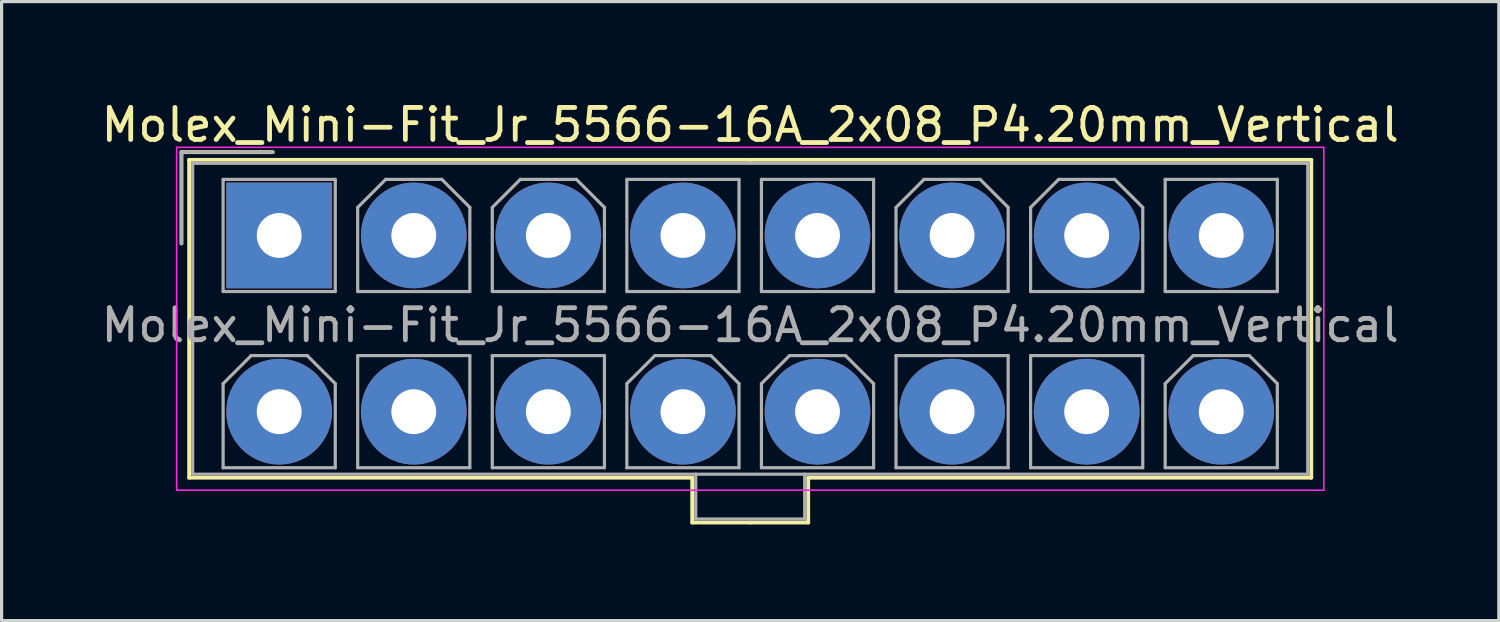
<source format=kicad_pcb>
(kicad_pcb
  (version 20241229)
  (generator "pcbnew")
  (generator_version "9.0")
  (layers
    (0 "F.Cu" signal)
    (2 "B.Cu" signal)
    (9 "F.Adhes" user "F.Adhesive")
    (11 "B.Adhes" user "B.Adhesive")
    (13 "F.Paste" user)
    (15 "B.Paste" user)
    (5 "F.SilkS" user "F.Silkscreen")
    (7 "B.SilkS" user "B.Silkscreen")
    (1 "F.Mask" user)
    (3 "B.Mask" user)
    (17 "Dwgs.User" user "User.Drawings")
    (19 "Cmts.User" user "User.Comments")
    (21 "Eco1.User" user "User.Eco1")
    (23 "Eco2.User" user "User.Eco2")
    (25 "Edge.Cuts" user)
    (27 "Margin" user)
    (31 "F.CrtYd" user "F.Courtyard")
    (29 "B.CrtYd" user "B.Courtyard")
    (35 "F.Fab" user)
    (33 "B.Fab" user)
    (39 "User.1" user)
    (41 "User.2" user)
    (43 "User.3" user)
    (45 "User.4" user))
  (footprint "Molex_Mini-Fit_Jr_5566-16A_2x08_P4.20mm_Vertical"
    (layer "F.Cu")
    (at 5.663 4.298)
    (property "Reference" "Molex_Mini-Fit_Jr_5566-16A_2x08_P4.20mm_Vertical" (at 14.7 -3.45 0) (layer "F.SilkS") (effects (font (size 1 1) (thickness 0.15))))
    (attr through_hole)
    (fp_line (start -3.05 -2.6) (end -3.05 0.25) (stroke (width 0.12) (type solid)) (layer "F.SilkS"))
    (fp_line (start -2.81 -2.36) (end -2.81 7.56) (stroke (width 0.12) (type solid)) (layer "F.SilkS"))
    (fp_line (start -2.81 7.56) (end 12.89 7.56) (stroke (width 0.12) (type solid)) (layer "F.SilkS"))
    (fp_line (start -0.2 -2.6) (end -3.05 -2.6) (stroke (width 0.12) (type solid)) (layer "F.SilkS"))
    (fp_line (start 12.89 7.56) (end 12.89 8.96) (stroke (width 0.12) (type solid)) (layer "F.SilkS"))
    (fp_line (start 12.89 8.96) (end 14.7 8.96) (stroke (width 0.12) (type solid)) (layer "F.SilkS"))
    (fp_line (start 14.7 -2.36) (end -2.81 -2.36) (stroke (width 0.12) (type solid)) (layer "F.SilkS"))
    (fp_line (start 14.7 -2.36) (end 32.21 -2.36) (stroke (width 0.12) (type solid)) (layer "F.SilkS"))
    (fp_line (start 16.51 7.56) (end 16.51 8.96) (stroke (width 0.12) (type solid)) (layer "F.SilkS"))
    (fp_line (start 16.51 8.96) (end 14.7 8.96) (stroke (width 0.12) (type solid)) (layer "F.SilkS"))
    (fp_line (start 32.21 -2.36) (end 32.21 7.56) (stroke (width 0.12) (type solid)) (layer "F.SilkS"))
    (fp_line (start 32.21 7.56) (end 16.51 7.56) (stroke (width 0.12) (type solid)) (layer "F.SilkS"))
    (fp_line (start -3.2 -2.75) (end -3.2 7.95) (stroke (width 0.05) (type solid)) (layer "F.CrtYd"))
    (fp_line (start -3.2 7.95) (end 32.6 7.95) (stroke (width 0.05) (type solid)) (layer "F.CrtYd"))
    (fp_line (start 32.6 -2.75) (end -3.2 -2.75) (stroke (width 0.05) (type solid)) (layer "F.CrtYd"))
    (fp_line (start 32.6 7.95) (end 32.6 -2.75) (stroke (width 0.05) (type solid)) (layer "F.CrtYd"))
    (fp_line (start -3.05 -2.6) (end -3.05 0.25) (stroke (width 0.1) (type solid)) (layer "F.Fab"))
    (fp_line (start -2.7 -2.25) (end -2.7 7.45) (stroke (width 0.1) (type solid)) (layer "F.Fab"))
    (fp_line (start -2.7 7.45) (end 32.1 7.45) (stroke (width 0.1) (type solid)) (layer "F.Fab"))
    (fp_line (start -1.75 -1.75) (end -1.75 1.75) (stroke (width 0.1) (type solid)) (layer "F.Fab"))
    (fp_line (start -1.75 1.75) (end 1.75 1.75) (stroke (width 0.1) (type solid)) (layer "F.Fab"))
    (fp_line (start -1.75 4.625) (end -0.875 3.75) (stroke (width 0.1) (type solid)) (layer "F.Fab"))
    (fp_line (start -1.75 7.25) (end -1.75 4.625) (stroke (width 0.1) (type solid)) (layer "F.Fab"))
    (fp_line (start -0.875 3.75) (end 0.875 3.75) (stroke (width 0.1) (type solid)) (layer "F.Fab"))
    (fp_line (start -0.2 -2.6) (end -3.05 -2.6) (stroke (width 0.1) (type solid)) (layer "F.Fab"))
    (fp_line (start 0.875 3.75) (end 1.75 4.625) (stroke (width 0.1) (type solid)) (layer "F.Fab"))
    (fp_line (start 1.75 -1.75) (end -1.75 -1.75) (stroke (width 0.1) (type solid)) (layer "F.Fab"))
    (fp_line (start 1.75 1.75) (end 1.75 -1.75) (stroke (width 0.1) (type solid)) (layer "F.Fab"))
    (fp_line (start 1.75 4.625) (end 1.75 7.25) (stroke (width 0.1) (type solid)) (layer "F.Fab"))
    (fp_line (start 1.75 7.25) (end -1.75 7.25) (stroke (width 0.1) (type solid)) (layer "F.Fab"))
    (fp_line (start 2.45 -0.875) (end 3.325 -1.75) (stroke (width 0.1) (type solid)) (layer "F.Fab"))
    (fp_line (start 2.45 1.75) (end 2.45 -0.875) (stroke (width 0.1) (type solid)) (layer "F.Fab"))
    (fp_line (start 2.45 3.75) (end 2.45 7.25) (stroke (width 0.1) (type solid)) (layer "F.Fab"))
    (fp_line (start 2.45 7.25) (end 5.95 7.25) (stroke (width 0.1) (type solid)) (layer "F.Fab"))
    (fp_line (start 3.325 -1.75) (end 5.075 -1.75) (stroke (width 0.1) (type solid)) (layer "F.Fab"))
    (fp_line (start 5.075 -1.75) (end 5.95 -0.875) (stroke (width 0.1) (type solid)) (layer "F.Fab"))
    (fp_line (start 5.95 -0.875) (end 5.95 1.75) (stroke (width 0.1) (type solid)) (layer "F.Fab"))
    (fp_line (start 5.95 1.75) (end 2.45 1.75) (stroke (width 0.1) (type solid)) (layer "F.Fab"))
    (fp_line (start 5.95 3.75) (end 2.45 3.75) (stroke (width 0.1) (type solid)) (layer "F.Fab"))
    (fp_line (start 5.95 7.25) (end 5.95 3.75) (stroke (width 0.1) (type solid)) (layer "F.Fab"))
    (fp_line (start 6.65 -0.875) (end 7.525 -1.75) (stroke (width 0.1) (type solid)) (layer "F.Fab"))
    (fp_line (start 6.65 1.75) (end 6.65 -0.875) (stroke (width 0.1) (type solid)) (layer "F.Fab"))
    (fp_line (start 6.65 3.75) (end 6.65 7.25) (stroke (width 0.1) (type solid)) (layer "F.Fab"))
    (fp_line (start 6.65 7.25) (end 10.15 7.25) (stroke (width 0.1) (type solid)) (layer "F.Fab"))
    (fp_line (start 7.525 -1.75) (end 9.275 -1.75) (stroke (width 0.1) (type solid)) (layer "F.Fab"))
    (fp_line (start 9.275 -1.75) (end 10.15 -0.875) (stroke (width 0.1) (type solid)) (layer "F.Fab"))
    (fp_line (start 10.15 -0.875) (end 10.15 1.75) (stroke (width 0.1) (type solid)) (layer "F.Fab"))
    (fp_line (start 10.15 1.75) (end 6.65 1.75) (stroke (width 0.1) (type solid)) (layer "F.Fab"))
    (fp_line (start 10.15 3.75) (end 6.65 3.75) (stroke (width 0.1) (type solid)) (layer "F.Fab"))
    (fp_line (start 10.15 7.25) (end 10.15 3.75) (stroke (width 0.1) (type solid)) (layer "F.Fab"))
    (fp_line (start 10.85 -1.75) (end 10.85 1.75) (stroke (width 0.1) (type solid)) (layer "F.Fab"))
    (fp_line (start 10.85 1.75) (end 14.35 1.75) (stroke (width 0.1) (type solid)) (layer "F.Fab"))
    (fp_line (start 10.85 4.625) (end 11.725 3.75) (stroke (width 0.1) (type solid)) (layer "F.Fab"))
    (fp_line (start 10.85 7.25) (end 10.85 4.625) (stroke (width 0.1) (type solid)) (layer "F.Fab"))
    (fp_line (start 11.725 3.75) (end 13.475 3.75) (stroke (width 0.1) (type solid)) (layer "F.Fab"))
    (fp_line (start 13 7.45) (end 13 8.85) (stroke (width 0.1) (type solid)) (layer "F.Fab"))
    (fp_line (start 13 8.85) (end 16.4 8.85) (stroke (width 0.1) (type solid)) (layer "F.Fab"))
    (fp_line (start 13.475 3.75) (end 14.35 4.625) (stroke (width 0.1) (type solid)) (layer "F.Fab"))
    (fp_line (start 14.35 -1.75) (end 10.85 -1.75) (stroke (width 0.1) (type solid)) (layer "F.Fab"))
    (fp_line (start 14.35 1.75) (end 14.35 -1.75) (stroke (width 0.1) (type solid)) (layer "F.Fab"))
    (fp_line (start 14.35 4.625) (end 14.35 7.25) (stroke (width 0.1) (type solid)) (layer "F.Fab"))
    (fp_line (start 14.35 7.25) (end 10.85 7.25) (stroke (width 0.1) (type solid)) (layer "F.Fab"))
    (fp_line (start 15.05 -1.75) (end 15.05 1.75) (stroke (width 0.1) (type solid)) (layer "F.Fab"))
    (fp_line (start 15.05 1.75) (end 18.55 1.75) (stroke (width 0.1) (type solid)) (layer "F.Fab"))
    (fp_line (start 15.05 4.625) (end 15.925 3.75) (stroke (width 0.1) (type solid)) (layer "F.Fab"))
    (fp_line (start 15.05 7.25) (end 15.05 4.625) (stroke (width 0.1) (type solid)) (layer "F.Fab"))
    (fp_line (start 15.925 3.75) (end 17.675 3.75) (stroke (width 0.1) (type solid)) (layer "F.Fab"))
    (fp_line (start 16.4 8.85) (end 16.4 7.45) (stroke (width 0.1) (type solid)) (layer "F.Fab"))
    (fp_line (start 17.675 3.75) (end 18.55 4.625) (stroke (width 0.1) (type solid)) (layer "F.Fab"))
    (fp_line (start 18.55 -1.75) (end 15.05 -1.75) (stroke (width 0.1) (type solid)) (layer "F.Fab"))
    (fp_line (start 18.55 1.75) (end 18.55 -1.75) (stroke (width 0.1) (type solid)) (layer "F.Fab"))
    (fp_line (start 18.55 4.625) (end 18.55 7.25) (stroke (width 0.1) (type solid)) (layer "F.Fab"))
    (fp_line (start 18.55 7.25) (end 15.05 7.25) (stroke (width 0.1) (type solid)) (layer "F.Fab"))
    (fp_line (start 19.25 -0.875) (end 20.125 -1.75) (stroke (width 0.1) (type solid)) (layer "F.Fab"))
    (fp_line (start 19.25 1.75) (end 19.25 -0.875) (stroke (width 0.1) (type solid)) (layer "F.Fab"))
    (fp_line (start 19.25 3.75) (end 19.25 7.25) (stroke (width 0.1) (type solid)) (layer "F.Fab"))
    (fp_line (start 19.25 7.25) (end 22.75 7.25) (stroke (width 0.1) (type solid)) (layer "F.Fab"))
    (fp_line (start 20.125 -1.75) (end 21.875 -1.75) (stroke (width 0.1) (type solid)) (layer "F.Fab"))
    (fp_line (start 21.875 -1.75) (end 22.75 -0.875) (stroke (width 0.1) (type solid)) (layer "F.Fab"))
    (fp_line (start 22.75 -0.875) (end 22.75 1.75) (stroke (width 0.1) (type solid)) (layer "F.Fab"))
    (fp_line (start 22.75 1.75) (end 19.25 1.75) (stroke (width 0.1) (type solid)) (layer "F.Fab"))
    (fp_line (start 22.75 3.75) (end 19.25 3.75) (stroke (width 0.1) (type solid)) (layer "F.Fab"))
    (fp_line (start 22.75 7.25) (end 22.75 3.75) (stroke (width 0.1) (type solid)) (layer "F.Fab"))
    (fp_line (start 23.45 -0.875) (end 24.325 -1.75) (stroke (width 0.1) (type solid)) (layer "F.Fab"))
    (fp_line (start 23.45 1.75) (end 23.45 -0.875) (stroke (width 0.1) (type solid)) (layer "F.Fab"))
    (fp_line (start 23.45 3.75) (end 23.45 7.25) (stroke (width 0.1) (type solid)) (layer "F.Fab"))
    (fp_line (start 23.45 7.25) (end 26.95 7.25) (stroke (width 0.1) (type solid)) (layer "F.Fab"))
    (fp_line (start 24.325 -1.75) (end 26.075 -1.75) (stroke (width 0.1) (type solid)) (layer "F.Fab"))
    (fp_line (start 26.075 -1.75) (end 26.95 -0.875) (stroke (width 0.1) (type solid)) (layer "F.Fab"))
    (fp_line (start 26.95 -0.875) (end 26.95 1.75) (stroke (width 0.1) (type solid)) (layer "F.Fab"))
    (fp_line (start 26.95 1.75) (end 23.45 1.75) (stroke (width 0.1) (type solid)) (layer "F.Fab"))
    (fp_line (start 26.95 3.75) (end 23.45 3.75) (stroke (width 0.1) (type solid)) (layer "F.Fab"))
    (fp_line (start 26.95 7.25) (end 26.95 3.75) (stroke (width 0.1) (type solid)) (layer "F.Fab"))
    (fp_line (start 27.65 -1.75) (end 27.65 1.75) (stroke (width 0.1) (type solid)) (layer "F.Fab"))
    (fp_line (start 27.65 1.75) (end 31.15 1.75) (stroke (width 0.1) (type solid)) (layer "F.Fab"))
    (fp_line (start 27.65 4.625) (end 28.525 3.75) (stroke (width 0.1) (type solid)) (layer "F.Fab"))
    (fp_line (start 27.65 7.25) (end 27.65 4.625) (stroke (width 0.1) (type solid)) (layer "F.Fab"))
    (fp_line (start 28.525 3.75) (end 30.275 3.75) (stroke (width 0.1) (type solid)) (layer "F.Fab"))
    (fp_line (start 30.275 3.75) (end 31.15 4.625) (stroke (width 0.1) (type solid)) (layer "F.Fab"))
    (fp_line (start 31.15 -1.75) (end 27.65 -1.75) (stroke (width 0.1) (type solid)) (layer "F.Fab"))
    (fp_line (start 31.15 1.75) (end 31.15 -1.75) (stroke (width 0.1) (type solid)) (layer "F.Fab"))
    (fp_line (start 31.15 4.625) (end 31.15 7.25) (stroke (width 0.1) (type solid)) (layer "F.Fab"))
    (fp_line (start 31.15 7.25) (end 27.65 7.25) (stroke (width 0.1) (type solid)) (layer "F.Fab"))
    (fp_line (start 32.1 -2.25) (end -2.7 -2.25) (stroke (width 0.1) (type solid)) (layer "F.Fab"))
    (fp_line (start 32.1 7.45) (end 32.1 -2.25) (stroke (width 0.1) (type solid)) (layer "F.Fab"))
    (fp_text user "${REFERENCE}" (at 14.7 2.8 0) (layer "F.Fab") (effects (font (size 1 1) (thickness 0.15))))
    (pad "1" thru_hole rect (at 0 0) (size 3.3 3.3) (drill 1.4) (layers "*.Cu" "*.Mask"))
    (pad "2" thru_hole circle (at 4.2 0) (size 3.3 3.3) (drill 1.4) (layers "*.Cu" "*.Mask"))
    (pad "3" thru_hole circle (at 8.4 0) (size 3.3 3.3) (drill 1.4) (layers "*.Cu" "*.Mask"))
    (pad "4" thru_hole circle (at 12.6 0) (size 3.3 3.3) (drill 1.4) (layers "*.Cu" "*.Mask"))
    (pad "5" thru_hole circle (at 16.8 0) (size 3.3 3.3) (drill 1.4) (layers "*.Cu" "*.Mask"))
    (pad "6" thru_hole circle (at 21 0) (size 3.3 3.3) (drill 1.4) (layers "*.Cu" "*.Mask"))
    (pad "7" thru_hole circle (at 25.2 0) (size 3.3 3.3) (drill 1.4) (layers "*.Cu" "*.Mask"))
    (pad "8" thru_hole circle (at 29.4 0) (size 3.3 3.3) (drill 1.4) (layers "*.Cu" "*.Mask"))
    (pad "9" thru_hole circle (at 0 5.5) (size 3.3 3.3) (drill 1.4) (layers "*.Cu" "*.Mask"))
    (pad "10" thru_hole circle (at 4.2 5.5) (size 3.3 3.3) (drill 1.4) (layers "*.Cu" "*.Mask"))
    (pad "11" thru_hole circle (at 8.4 5.5) (size 3.3 3.3) (drill 1.4) (layers "*.Cu" "*.Mask"))
    (pad "12" thru_hole circle (at 12.6 5.5) (size 3.3 3.3) (drill 1.4) (layers "*.Cu" "*.Mask"))
    (pad "13" thru_hole circle (at 16.8 5.5) (size 3.3 3.3) (drill 1.4) (layers "*.Cu" "*.Mask"))
    (pad "14" thru_hole circle (at 21 5.5) (size 3.3 3.3) (drill 1.4) (layers "*.Cu" "*.Mask"))
    (pad "15" thru_hole circle (at 25.2 5.5) (size 3.3 3.3) (drill 1.4) (layers "*.Cu" "*.Mask"))
    (pad "16" thru_hole circle (at 29.4 5.5) (size 3.3 3.3) (drill 1.4) (layers "*.Cu" "*.Mask")))
  (gr_rect
    (start -3 -3)
    (end 43.726 16.318)
    (stroke (width 0.1) (type default))
    (fill no)
    (layer "Edge.Cuts")))
</source>
